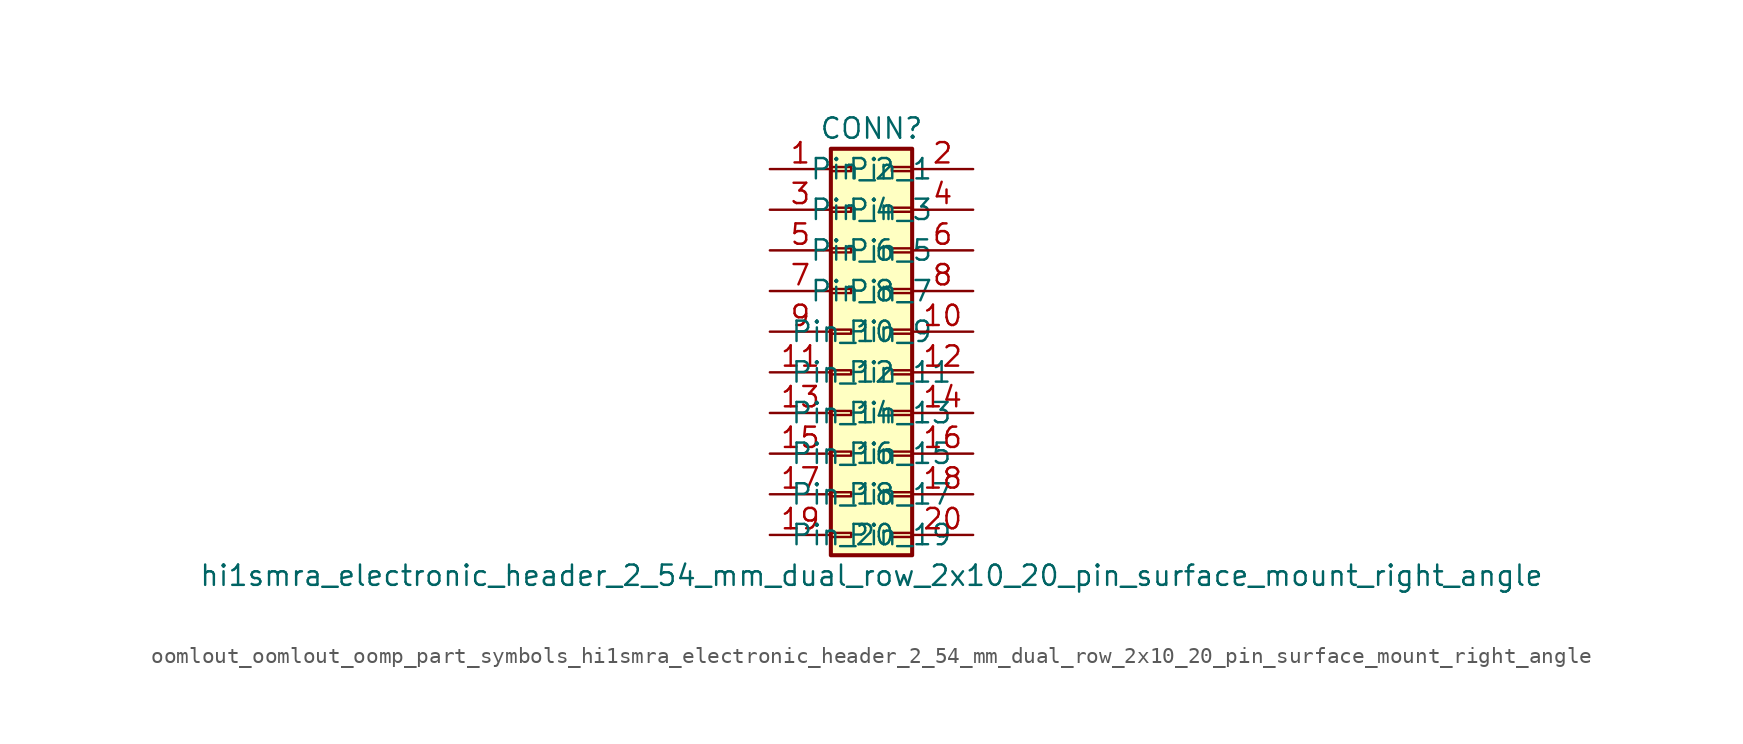
<source format=kicad_sym>
(kicad_symbol_lib
  (version 20220914)
  (generator kicad_symbol_editor)
  (symbol "oomlout_oomlout_oomp_part_symbols_hi1smra_electronic_header_2_54_mm_dual_row_2x10_20_pin_surface_mount_right_angle"
    (pin_names
      (offset 1.016))
    (property "Reference" "CONN"
      (at 1.27 12.7 0)
      (effects (font (size 1.27 1.27))))
    (property "Value" "hi1smra_electronic_header_2_54_mm_dual_row_2x10_20_pin_surface_mount_right_angle"
      (at 1.27 -15.24 0)
      (effects (font (size 1.27 1.27))))
    (symbol "oomlout_oomlout_oomp_part_symbols_hi1smra_electronic_header_2_54_mm_dual_row_2x10_20_pin_surface_mount_right_angle_1_1"
      (rectangle (start -1.27 -12.573) (end 0 -12.827) (stroke (width 0.152) (type default)) (fill (type none)))
      (rectangle (start -1.27 -10.033) (end 0 -10.287) (stroke (width 0.152) (type default)) (fill (type none)))
      (rectangle (start -1.27 -7.493) (end 0 -7.747) (stroke (width 0.152) (type default)) (fill (type none)))
      (rectangle (start -1.27 -4.953) (end 0 -5.207) (stroke (width 0.152) (type default)) (fill (type none)))
      (rectangle (start -1.27 -2.413) (end 0 -2.667) (stroke (width 0.152) (type default)) (fill (type none)))
      (rectangle (start -1.27 0.127) (end 0 -0.127) (stroke (width 0.152) (type default)) (fill (type none)))
      (rectangle (start -1.27 2.667) (end 0 2.413) (stroke (width 0.152) (type default)) (fill (type none)))
      (rectangle (start -1.27 5.207) (end 0 4.953) (stroke (width 0.152) (type default)) (fill (type none)))
      (rectangle (start -1.27 7.747) (end 0 7.493) (stroke (width 0.152) (type default)) (fill (type none)))
      (rectangle (start -1.27 10.287) (end 0 10.033) (stroke (width 0.152) (type default)) (fill (type none)))
      (rectangle (start -1.27 11.43) (end 3.81 -13.97) (stroke (width 0.254) (type default)) (fill (type background)))
      (rectangle (start 3.81 -12.573) (end 2.54 -12.827) (stroke (width 0.152) (type default)) (fill (type none)))
      (rectangle (start 3.81 -10.033) (end 2.54 -10.287) (stroke (width 0.152) (type default)) (fill (type none)))
      (rectangle (start 3.81 -7.493) (end 2.54 -7.747) (stroke (width 0.152) (type default)) (fill (type none)))
      (rectangle (start 3.81 -4.953) (end 2.54 -5.207) (stroke (width 0.152) (type default)) (fill (type none)))
      (rectangle (start 3.81 -2.413) (end 2.54 -2.667) (stroke (width 0.152) (type default)) (fill (type none)))
      (rectangle (start 3.81 0.127) (end 2.54 -0.127) (stroke (width 0.152) (type default)) (fill (type none)))
      (rectangle (start 3.81 2.667) (end 2.54 2.413) (stroke (width 0.152) (type default)) (fill (type none)))
      (rectangle (start 3.81 5.207) (end 2.54 4.953) (stroke (width 0.152) (type default)) (fill (type none)))
      (rectangle (start 3.81 7.747) (end 2.54 7.493) (stroke (width 0.152) (type default)) (fill (type none)))
      (rectangle (start 3.81 10.287) (end 2.54 10.033) (stroke (width 0.152) (type default)) (fill (type none)))
      (pin passive line (at -5.08 10.16 0) (length 3.81) (name "Pin_1" (effects (font (size 1.27 1.27)))) (number "1" (effects (font (size 1.27 1.27)))))
      (pin passive line (at 7.62 0 180) (length 3.81) (name "Pin_10" (effects (font (size 1.27 1.27)))) (number "10" (effects (font (size 1.27 1.27)))))
      (pin passive line (at -5.08 -2.54 0) (length 3.81) (name "Pin_11" (effects (font (size 1.27 1.27)))) (number "11" (effects (font (size 1.27 1.27)))))
      (pin passive line (at 7.62 -2.54 180) (length 3.81) (name "Pin_12" (effects (font (size 1.27 1.27)))) (number "12" (effects (font (size 1.27 1.27)))))
      (pin passive line (at -5.08 -5.08 0) (length 3.81) (name "Pin_13" (effects (font (size 1.27 1.27)))) (number "13" (effects (font (size 1.27 1.27)))))
      (pin passive line (at 7.62 -5.08 180) (length 3.81) (name "Pin_14" (effects (font (size 1.27 1.27)))) (number "14" (effects (font (size 1.27 1.27)))))
      (pin passive line (at -5.08 -7.62 0) (length 3.81) (name "Pin_15" (effects (font (size 1.27 1.27)))) (number "15" (effects (font (size 1.27 1.27)))))
      (pin passive line (at 7.62 -7.62 180) (length 3.81) (name "Pin_16" (effects (font (size 1.27 1.27)))) (number "16" (effects (font (size 1.27 1.27)))))
      (pin passive line (at -5.08 -10.16 0) (length 3.81) (name "Pin_17" (effects (font (size 1.27 1.27)))) (number "17" (effects (font (size 1.27 1.27)))))
      (pin passive line (at 7.62 -10.16 180) (length 3.81) (name "Pin_18" (effects (font (size 1.27 1.27)))) (number "18" (effects (font (size 1.27 1.27)))))
      (pin passive line (at -5.08 -12.7 0) (length 3.81) (name "Pin_19" (effects (font (size 1.27 1.27)))) (number "19" (effects (font (size 1.27 1.27)))))
      (pin passive line (at 7.62 10.16 180) (length 3.81) (name "Pin_2" (effects (font (size 1.27 1.27)))) (number "2" (effects (font (size 1.27 1.27)))))
      (pin passive line (at 7.62 -12.7 180) (length 3.81) (name "Pin_20" (effects (font (size 1.27 1.27)))) (number "20" (effects (font (size 1.27 1.27)))))
      (pin passive line (at -5.08 7.62 0) (length 3.81) (name "Pin_3" (effects (font (size 1.27 1.27)))) (number "3" (effects (font (size 1.27 1.27)))))
      (pin passive line (at 7.62 7.62 180) (length 3.81) (name "Pin_4" (effects (font (size 1.27 1.27)))) (number "4" (effects (font (size 1.27 1.27)))))
      (pin passive line (at -5.08 5.08 0) (length 3.81) (name "Pin_5" (effects (font (size 1.27 1.27)))) (number "5" (effects (font (size 1.27 1.27)))))
      (pin passive line (at 7.62 5.08 180) (length 3.81) (name "Pin_6" (effects (font (size 1.27 1.27)))) (number "6" (effects (font (size 1.27 1.27)))))
      (pin passive line (at -5.08 2.54 0) (length 3.81) (name "Pin_7" (effects (font (size 1.27 1.27)))) (number "7" (effects (font (size 1.27 1.27)))))
      (pin passive line (at 7.62 2.54 180) (length 3.81) (name "Pin_8" (effects (font (size 1.27 1.27)))) (number "8" (effects (font (size 1.27 1.27)))))
      (pin passive line (at -5.08 0 0) (length 3.81) (name "Pin_9" (effects (font (size 1.27 1.27)))) (number "9" (effects (font (size 1.27 1.27))))))))
</source>
